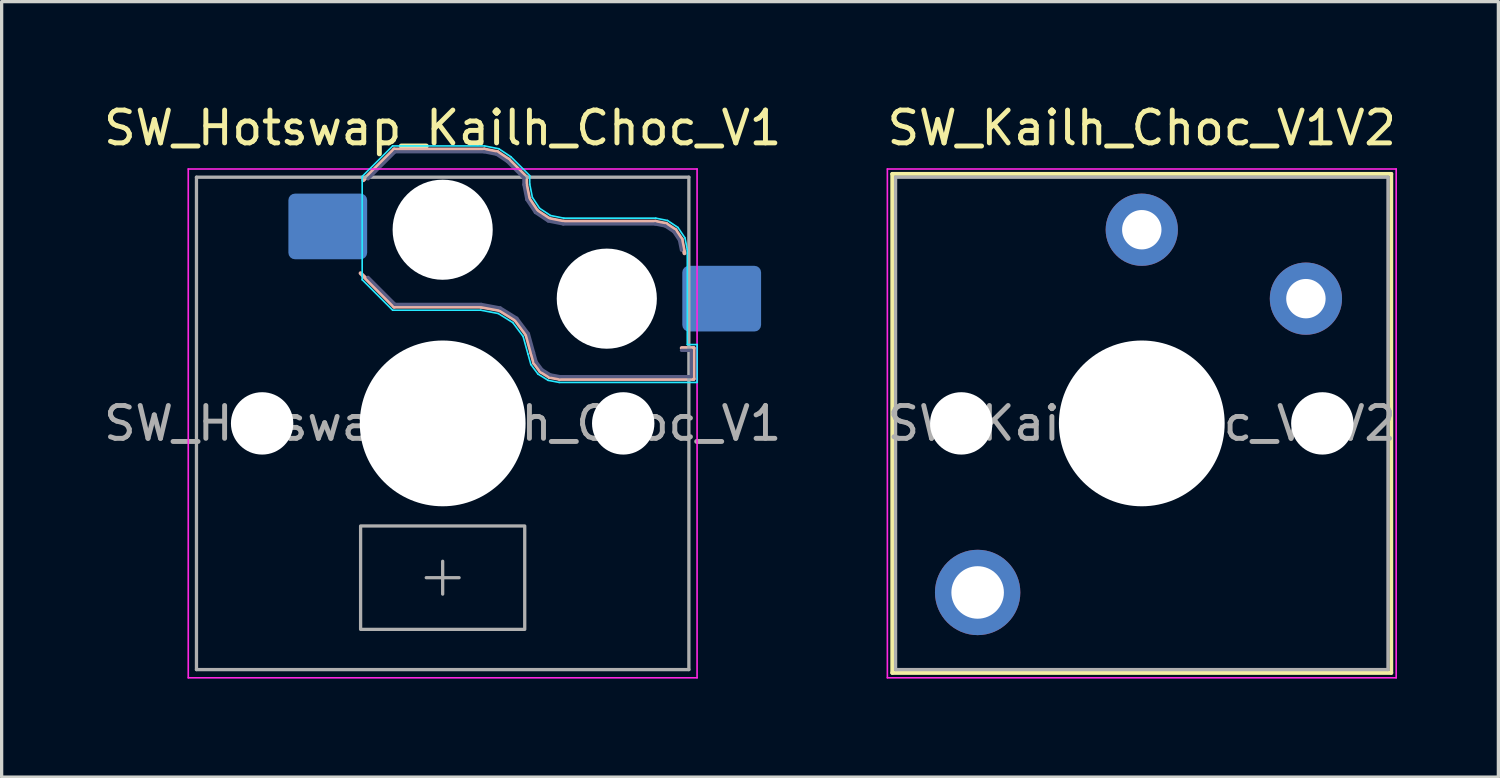
<source format=kicad_pcb>
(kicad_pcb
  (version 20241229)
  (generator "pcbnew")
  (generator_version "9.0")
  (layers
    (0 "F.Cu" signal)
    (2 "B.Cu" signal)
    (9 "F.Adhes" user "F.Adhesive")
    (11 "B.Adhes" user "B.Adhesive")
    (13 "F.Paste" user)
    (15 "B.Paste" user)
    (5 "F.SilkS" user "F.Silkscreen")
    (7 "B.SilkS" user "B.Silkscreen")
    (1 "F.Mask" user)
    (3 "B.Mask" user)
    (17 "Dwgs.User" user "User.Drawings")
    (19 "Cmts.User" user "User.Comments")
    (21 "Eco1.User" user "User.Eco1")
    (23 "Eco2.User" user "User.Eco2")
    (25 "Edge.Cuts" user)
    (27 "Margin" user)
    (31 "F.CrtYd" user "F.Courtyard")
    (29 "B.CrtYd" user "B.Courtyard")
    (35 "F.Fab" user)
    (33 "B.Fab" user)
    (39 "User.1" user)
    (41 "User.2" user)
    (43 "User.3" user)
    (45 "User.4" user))
  (footprint "SW_Kailh_Choc_V1V2"
    (layer "F.Cu")
    (at 31.732 9.848)
    (property "Reference" "SW_Kailh_Choc_V1V2" (at 0 -9 0) (layer "F.SilkS") (effects (font (size 1 1) (thickness 0.15))))
    (attr through_hole)
    (fp_line (start -7.6 -7.6) (end -7.6 7.6) (stroke (width 0.12) (type solid)) (layer "F.SilkS"))
    (fp_line (start -7.6 7.6) (end 7.6 7.6) (stroke (width 0.12) (type solid)) (layer "F.SilkS"))
    (fp_line (start 7.6 -7.6) (end -7.6 -7.6) (stroke (width 0.12) (type solid)) (layer "F.SilkS"))
    (fp_line (start 7.6 7.6) (end 7.6 -7.6) (stroke (width 0.12) (type solid)) (layer "F.SilkS"))
    (fp_line (start -7.25 -7.25) (end -7.25 7.25) (stroke (width 0.1) (type solid)) (layer "Eco1.User"))
    (fp_line (start -7.25 7.25) (end 7.25 7.25) (stroke (width 0.1) (type solid)) (layer "Eco1.User"))
    (fp_line (start 7.25 -7.25) (end -7.25 -7.25) (stroke (width 0.1) (type solid)) (layer "Eco1.User"))
    (fp_line (start 7.25 7.25) (end 7.25 -7.25) (stroke (width 0.1) (type solid)) (layer "Eco1.User"))
    (fp_line (start -7.75 -7.75) (end -7.75 7.75) (stroke (width 0.05) (type solid)) (layer "F.CrtYd"))
    (fp_line (start -7.75 7.75) (end 7.75 7.75) (stroke (width 0.05) (type solid)) (layer "F.CrtYd"))
    (fp_line (start 7.75 -7.75) (end -7.75 -7.75) (stroke (width 0.05) (type solid)) (layer "F.CrtYd"))
    (fp_line (start 7.75 7.75) (end 7.75 -7.75) (stroke (width 0.05) (type solid)) (layer "F.CrtYd"))
    (fp_line (start -7.5 -7.5) (end -7.5 7.5) (stroke (width 0.1) (type solid)) (layer "F.Fab"))
    (fp_line (start -7.5 7.5) (end 7.5 7.5) (stroke (width 0.1) (type solid)) (layer "F.Fab"))
    (fp_line (start 7.5 -7.5) (end -7.5 -7.5) (stroke (width 0.1) (type solid)) (layer "F.Fab"))
    (fp_line (start 7.5 7.5) (end 7.5 -7.5) (stroke (width 0.1) (type solid)) (layer "F.Fab"))
    (fp_text user "${REFERENCE}" (at 0 0 0) (layer "F.Fab") (effects (font (size 1 1) (thickness 0.15))))
    (pad "" np_thru_hole circle (at -5.5 0) (size 1.9 1.9) (drill 1.9) (layers "*.Cu" "*.Mask"))
    (pad "" smd circle (at -5 5.15) (size 1.65 1.65) (layers "F.Mask"))
    (pad "" thru_hole circle (at -5 5.15) (size 2.6 2.6) (drill 1.6) (layers "*.Cu" "B.Mask"))
    (pad "" smd circle (at 0 -5.9) (size 1.25 1.25) (layers "F.Mask"))
    (pad "" np_thru_hole circle (at 0 0) (size 5.05 5.05) (drill 5.05) (layers "*.Cu" "*.Mask"))
    (pad "" smd circle (at 5 -3.8) (size 1.25 1.25) (layers "F.Mask"))
    (pad "" np_thru_hole circle (at 5.5 0) (size 1.9 1.9) (drill 1.9) (layers "*.Cu" "*.Mask"))
    (pad "1" thru_hole circle (at 0 -5.9) (size 2.2 2.2) (drill 1.2) (layers "*.Cu" "B.Mask"))
    (pad "2" thru_hole circle (at 5 -3.8) (size 2.2 2.2) (drill 1.2) (layers "*.Cu" "B.Mask")))
  (footprint "SW_Hotswap_Kailh_Choc_V1"
    (layer "F.Cu")
    (at 10.435 9.848)
    (property "Reference" "SW_Hotswap_Kailh_Choc_V1" (at 0 -9 0) (layer "F.SilkS") (effects (font (size 1 1) (thickness 0.15))))
    (attr smd)
    (fp_line (start -2.416 -7.409) (end -1.479 -8.346) (stroke (width 0.12) (type solid)) (layer "B.SilkS"))
    (fp_line (start -1.479 -8.346) (end 1.268 -8.346) (stroke (width 0.12) (type solid)) (layer "B.SilkS"))
    (fp_line (start -1.479 -3.554) (end -2.5 -4.575) (stroke (width 0.12) (type solid)) (layer "B.SilkS"))
    (fp_line (start 1.168 -3.554) (end -1.479 -3.554) (stroke (width 0.12) (type solid)) (layer "B.SilkS"))
    (fp_line (start 1.268 -8.346) (end 1.671 -8.266) (stroke (width 0.12) (type solid)) (layer "B.SilkS"))
    (fp_line (start 1.671 -8.266) (end 2.013 -8.037) (stroke (width 0.12) (type solid)) (layer "B.SilkS"))
    (fp_line (start 1.73 -3.449) (end 1.168 -3.554) (stroke (width 0.12) (type solid)) (layer "B.SilkS"))
    (fp_line (start 2.013 -8.037) (end 2.546 -7.504) (stroke (width 0.12) (type solid)) (layer "B.SilkS"))
    (fp_line (start 2.209 -3.15) (end 1.73 -3.449) (stroke (width 0.12) (type solid)) (layer "B.SilkS"))
    (fp_line (start 2.546 -7.504) (end 2.546 -7.282) (stroke (width 0.12) (type solid)) (layer "B.SilkS"))
    (fp_line (start 2.546 -7.282) (end 2.633 -6.844) (stroke (width 0.12) (type solid)) (layer "B.SilkS"))
    (fp_line (start 2.547 -2.697) (end 2.209 -3.15) (stroke (width 0.12) (type solid)) (layer "B.SilkS"))
    (fp_line (start 2.633 -6.844) (end 2.877 -6.477) (stroke (width 0.12) (type solid)) (layer "B.SilkS"))
    (fp_line (start 2.701 -2.139) (end 2.547 -2.697) (stroke (width 0.12) (type solid)) (layer "B.SilkS"))
    (fp_line (start 2.783 -1.841) (end 2.701 -2.139) (stroke (width 0.12) (type solid)) (layer "B.SilkS"))
    (fp_line (start 2.877 -6.477) (end 3.244 -6.233) (stroke (width 0.12) (type solid)) (layer "B.SilkS"))
    (fp_line (start 2.976 -1.583) (end 2.783 -1.841) (stroke (width 0.12) (type solid)) (layer "B.SilkS"))
    (fp_line (start 3.244 -6.233) (end 3.682 -6.146) (stroke (width 0.12) (type solid)) (layer "B.SilkS"))
    (fp_line (start 3.25 -1.413) (end 2.976 -1.583) (stroke (width 0.12) (type solid)) (layer "B.SilkS"))
    (fp_line (start 3.56 -1.354) (end 3.25 -1.413) (stroke (width 0.12) (type solid)) (layer "B.SilkS"))
    (fp_line (start 3.682 -6.146) (end 6.482 -6.146) (stroke (width 0.12) (type solid)) (layer "B.SilkS"))
    (fp_line (start 6.482 -6.146) (end 6.809 -6.081) (stroke (width 0.12) (type solid)) (layer "B.SilkS"))
    (fp_line (start 6.809 -6.081) (end 7.092 -5.892) (stroke (width 0.12) (type solid)) (layer "B.SilkS"))
    (fp_line (start 7.092 -5.892) (end 7.281 -5.609) (stroke (width 0.12) (type solid)) (layer "B.SilkS"))
    (fp_line (start 7.281 -5.609) (end 7.366 -5.182) (stroke (width 0.12) (type solid)) (layer "B.SilkS"))
    (fp_line (start 7.283 -2.296) (end 7.646 -2.296) (stroke (width 0.12) (type solid)) (layer "B.SilkS"))
    (fp_line (start 7.646 -2.296) (end 7.646 -1.354) (stroke (width 0.12) (type solid)) (layer "B.SilkS"))
    (fp_line (start 7.646 -1.354) (end 3.56 -1.354) (stroke (width 0.12) (type solid)) (layer "B.SilkS"))
    (fp_line (start -7.25 -7.25) (end -7.25 7.25) (stroke (width 0.1) (type solid)) (layer "Eco1.User"))
    (fp_line (start -7.25 7.25) (end 7.25 7.25) (stroke (width 0.1) (type solid)) (layer "Eco1.User"))
    (fp_line (start 7.25 -7.25) (end -7.25 -7.25) (stroke (width 0.1) (type solid)) (layer "Eco1.User"))
    (fp_line (start 7.25 7.25) (end 7.25 -7.25) (stroke (width 0.1) (type solid)) (layer "Eco1.User"))
    (fp_line (start -2.452 -7.523) (end -1.523 -8.452) (stroke (width 0.05) (type solid)) (layer "B.CrtYd"))
    (fp_line (start -2.452 -4.377) (end -2.452 -7.523) (stroke (width 0.05) (type solid)) (layer "B.CrtYd"))
    (fp_line (start -1.523 -8.452) (end 1.278 -8.452) (stroke (width 0.05) (type solid)) (layer "B.CrtYd"))
    (fp_line (start -1.523 -3.448) (end -2.452 -4.377) (stroke (width 0.05) (type solid)) (layer "B.CrtYd"))
    (fp_line (start 1.159 -3.448) (end -1.523 -3.448) (stroke (width 0.05) (type solid)) (layer "B.CrtYd"))
    (fp_line (start 1.278 -8.452) (end 1.712 -8.366) (stroke (width 0.05) (type solid)) (layer "B.CrtYd"))
    (fp_line (start 1.691 -3.348) (end 1.159 -3.448) (stroke (width 0.05) (type solid)) (layer "B.CrtYd"))
    (fp_line (start 1.712 -8.366) (end 2.081 -8.119) (stroke (width 0.05) (type solid)) (layer "B.CrtYd"))
    (fp_line (start 2.081 -8.119) (end 2.652 -7.548) (stroke (width 0.05) (type solid)) (layer "B.CrtYd"))
    (fp_line (start 2.136 -3.071) (end 1.691 -3.348) (stroke (width 0.05) (type solid)) (layer "B.CrtYd"))
    (fp_line (start 2.45 -2.65) (end 2.136 -3.071) (stroke (width 0.05) (type solid)) (layer "B.CrtYd"))
    (fp_line (start 2.599 -2.111) (end 2.45 -2.65) (stroke (width 0.05) (type solid)) (layer "B.CrtYd"))
    (fp_line (start 2.652 -7.548) (end 2.652 -7.292) (stroke (width 0.05) (type solid)) (layer "B.CrtYd"))
    (fp_line (start 2.652 -7.292) (end 2.733 -6.885) (stroke (width 0.05) (type solid)) (layer "B.CrtYd"))
    (fp_line (start 2.687 -1.794) (end 2.599 -2.111) (stroke (width 0.05) (type solid)) (layer "B.CrtYd"))
    (fp_line (start 2.733 -6.885) (end 2.953 -6.553) (stroke (width 0.05) (type solid)) (layer "B.CrtYd"))
    (fp_line (start 2.903 -1.503) (end 2.687 -1.794) (stroke (width 0.05) (type solid)) (layer "B.CrtYd"))
    (fp_line (start 2.953 -6.553) (end 3.285 -6.333) (stroke (width 0.05) (type solid)) (layer "B.CrtYd"))
    (fp_line (start 3.211 -1.312) (end 2.903 -1.503) (stroke (width 0.05) (type solid)) (layer "B.CrtYd"))
    (fp_line (start 3.285 -6.333) (end 3.692 -6.252) (stroke (width 0.05) (type solid)) (layer "B.CrtYd"))
    (fp_line (start 3.55 -1.248) (end 3.211 -1.312) (stroke (width 0.05) (type solid)) (layer "B.CrtYd"))
    (fp_line (start 3.692 -6.252) (end 6.492 -6.252) (stroke (width 0.05) (type solid)) (layer "B.CrtYd"))
    (fp_line (start 6.492 -6.252) (end 6.85 -6.181) (stroke (width 0.05) (type solid)) (layer "B.CrtYd"))
    (fp_line (start 6.85 -6.181) (end 7.168 -5.968) (stroke (width 0.05) (type solid)) (layer "B.CrtYd"))
    (fp_line (start 7.168 -5.968) (end 7.381 -5.65) (stroke (width 0.05) (type solid)) (layer "B.CrtYd"))
    (fp_line (start 7.381 -5.65) (end 7.452 -5.292) (stroke (width 0.05) (type solid)) (layer "B.CrtYd"))
    (fp_line (start 7.452 -5.292) (end 7.452 -2.402) (stroke (width 0.05) (type solid)) (layer "B.CrtYd"))
    (fp_line (start 7.452 -2.402) (end 7.752 -2.402) (stroke (width 0.05) (type solid)) (layer "B.CrtYd"))
    (fp_line (start 7.752 -2.402) (end 7.752 -1.248) (stroke (width 0.05) (type solid)) (layer "B.CrtYd"))
    (fp_line (start 7.752 -1.248) (end 3.55 -1.248) (stroke (width 0.05) (type solid)) (layer "B.CrtYd"))
    (fp_line (start -7.75 -7.75) (end -7.75 7.75) (stroke (width 0.05) (type solid)) (layer "F.CrtYd"))
    (fp_line (start -7.75 7.75) (end 7.75 7.75) (stroke (width 0.05) (type solid)) (layer "F.CrtYd"))
    (fp_line (start 7.75 -7.75) (end -7.75 -7.75) (stroke (width 0.05) (type solid)) (layer "F.CrtYd"))
    (fp_line (start 7.75 7.75) (end 7.75 -7.75) (stroke (width 0.05) (type solid)) (layer "F.CrtYd"))
    (fp_line (start -2.275 -7.45) (end -1.45 -8.275) (stroke (width 0.1) (type solid)) (layer "B.Fab"))
    (fp_line (start -1.45 -8.275) (end 1.261 -8.275) (stroke (width 0.1) (type solid)) (layer "B.Fab"))
    (fp_line (start -1.45 -3.625) (end -2.275 -4.45) (stroke (width 0.1) (type solid)) (layer "B.Fab"))
    (fp_line (start 1.175 -3.625) (end -1.45 -3.625) (stroke (width 0.1) (type solid)) (layer "B.Fab"))
    (fp_line (start 1.261 -8.275) (end 1.643 -8.199) (stroke (width 0.1) (type solid)) (layer "B.Fab"))
    (fp_line (start 1.643 -8.199) (end 1.968 -7.982) (stroke (width 0.1) (type solid)) (layer "B.Fab"))
    (fp_line (start 1.756 -3.516) (end 1.175 -3.625) (stroke (width 0.1) (type solid)) (layer "B.Fab"))
    (fp_line (start 1.968 -7.982) (end 2.475 -7.475) (stroke (width 0.1) (type solid)) (layer "B.Fab"))
    (fp_line (start 2.258 -3.203) (end 1.756 -3.516) (stroke (width 0.1) (type solid)) (layer "B.Fab"))
    (fp_line (start 2.475 -7.475) (end 2.475 -7.275) (stroke (width 0.1) (type solid)) (layer "B.Fab"))
    (fp_line (start 2.475 -7.275) (end 2.566 -6.816) (stroke (width 0.1) (type solid)) (layer "B.Fab"))
    (fp_line (start 2.566 -6.816) (end 2.826 -6.426) (stroke (width 0.1) (type solid)) (layer "B.Fab"))
    (fp_line (start 2.612 -2.729) (end 2.258 -3.203) (stroke (width 0.1) (type solid)) (layer "B.Fab"))
    (fp_line (start 2.769 -2.158) (end 2.612 -2.729) (stroke (width 0.1) (type solid)) (layer "B.Fab"))
    (fp_line (start 2.826 -6.426) (end 3.216 -6.166) (stroke (width 0.1) (type solid)) (layer "B.Fab"))
    (fp_line (start 2.848 -1.873) (end 2.769 -2.158) (stroke (width 0.1) (type solid)) (layer "B.Fab"))
    (fp_line (start 3.025 -1.636) (end 2.848 -1.873) (stroke (width 0.1) (type solid)) (layer "B.Fab"))
    (fp_line (start 3.216 -6.166) (end 3.675 -6.075) (stroke (width 0.1) (type solid)) (layer "B.Fab"))
    (fp_line (start 3.276 -1.48) (end 3.025 -1.636) (stroke (width 0.1) (type solid)) (layer "B.Fab"))
    (fp_line (start 3.567 -1.425) (end 3.276 -1.48) (stroke (width 0.1) (type solid)) (layer "B.Fab"))
    (fp_line (start 3.675 -6.075) (end 6.475 -6.075) (stroke (width 0.1) (type solid)) (layer "B.Fab"))
    (fp_line (start 6.475 -6.075) (end 6.781 -6.014) (stroke (width 0.1) (type solid)) (layer "B.Fab"))
    (fp_line (start 6.781 -6.014) (end 7.041 -5.841) (stroke (width 0.1) (type solid)) (layer "B.Fab"))
    (fp_line (start 7.041 -5.841) (end 7.214 -5.581) (stroke (width 0.1) (type solid)) (layer "B.Fab"))
    (fp_line (start 7.214 -5.581) (end 7.275 -5.275) (stroke (width 0.1) (type solid)) (layer "B.Fab"))
    (fp_line (start 7.275 -2.225) (end 7.575 -2.225) (stroke (width 0.1) (type solid)) (layer "B.Fab"))
    (fp_line (start 7.575 -2.225) (end 7.575 -1.425) (stroke (width 0.1) (type solid)) (layer "B.Fab"))
    (fp_line (start 7.575 -1.425) (end 3.567 -1.425) (stroke (width 0.1) (type solid)) (layer "B.Fab"))
    (fp_line (start -7.5 -7.5) (end -7.5 7.5) (stroke (width 0.1) (type solid)) (layer "F.Fab"))
    (fp_line (start -7.5 7.5) (end 7.5 7.5) (stroke (width 0.1) (type solid)) (layer "F.Fab"))
    (fp_line (start 0 4.7) (end -0.5 4.7) (stroke (width 0.1) (type default)) (layer "F.Fab"))
    (fp_line (start 0 4.7) (end 0 4.2) (stroke (width 0.1) (type default)) (layer "F.Fab"))
    (fp_line (start 0 4.7) (end 0 5.2) (stroke (width 0.1) (type default)) (layer "F.Fab"))
    (fp_line (start 0 4.7) (end 0.5 4.7) (stroke (width 0.1) (type default)) (layer "F.Fab"))
    (fp_line (start 7.5 -7.5) (end -7.5 -7.5) (stroke (width 0.1) (type solid)) (layer "F.Fab"))
    (fp_line (start 7.5 7.5) (end 7.5 -7.5) (stroke (width 0.1) (type solid)) (layer "F.Fab"))
    (fp_rect (start -2.5 3.125) (end 2.5 6.275) (stroke (width 0.1) (type default)) (fill no) (layer "F.Fab"))
    (fp_text user "${REFERENCE}" (at 0 0 0) (layer "F.Fab") (effects (font (size 1 1) (thickness 0.15))))
    (pad "" np_thru_hole circle (at -5.5 0) (size 1.9 1.9) (drill 1.9) (layers "*.Cu" "*.Mask"))
    (pad "" np_thru_hole circle (at 0 -5.9) (size 3.05 3.05) (drill 3.05) (layers "*.Cu" "*.Mask"))
    (pad "" np_thru_hole circle (at 0 0) (size 5.05 5.05) (drill 5.05) (layers "*.Cu" "*.Mask"))
    (pad "" np_thru_hole circle (at 5 -3.8) (size 3.05 3.05) (drill 3.05) (layers "*.Cu" "*.Mask"))
    (pad "" np_thru_hole circle (at 5.5 0) (size 1.9 1.9) (drill 1.9) (layers "*.Cu" "*.Mask"))
    (pad "1" smd roundrect (at -3.5 -6) (size 2.4 2) (layers "B.Cu" "B.Mask" "B.Paste") (roundrect_rratio 0.1))
    (pad "2" smd roundrect (at 8.5 -3.8) (size 2.4 2) (layers "B.Cu" "B.Mask" "B.Paste") (roundrect_rratio 0.1)))
  (gr_rect
    (start -3 -3)
    (end 42.595 20.623)
    (stroke (width 0.1) (type default))
    (fill no)
    (layer "Edge.Cuts")))
</source>
